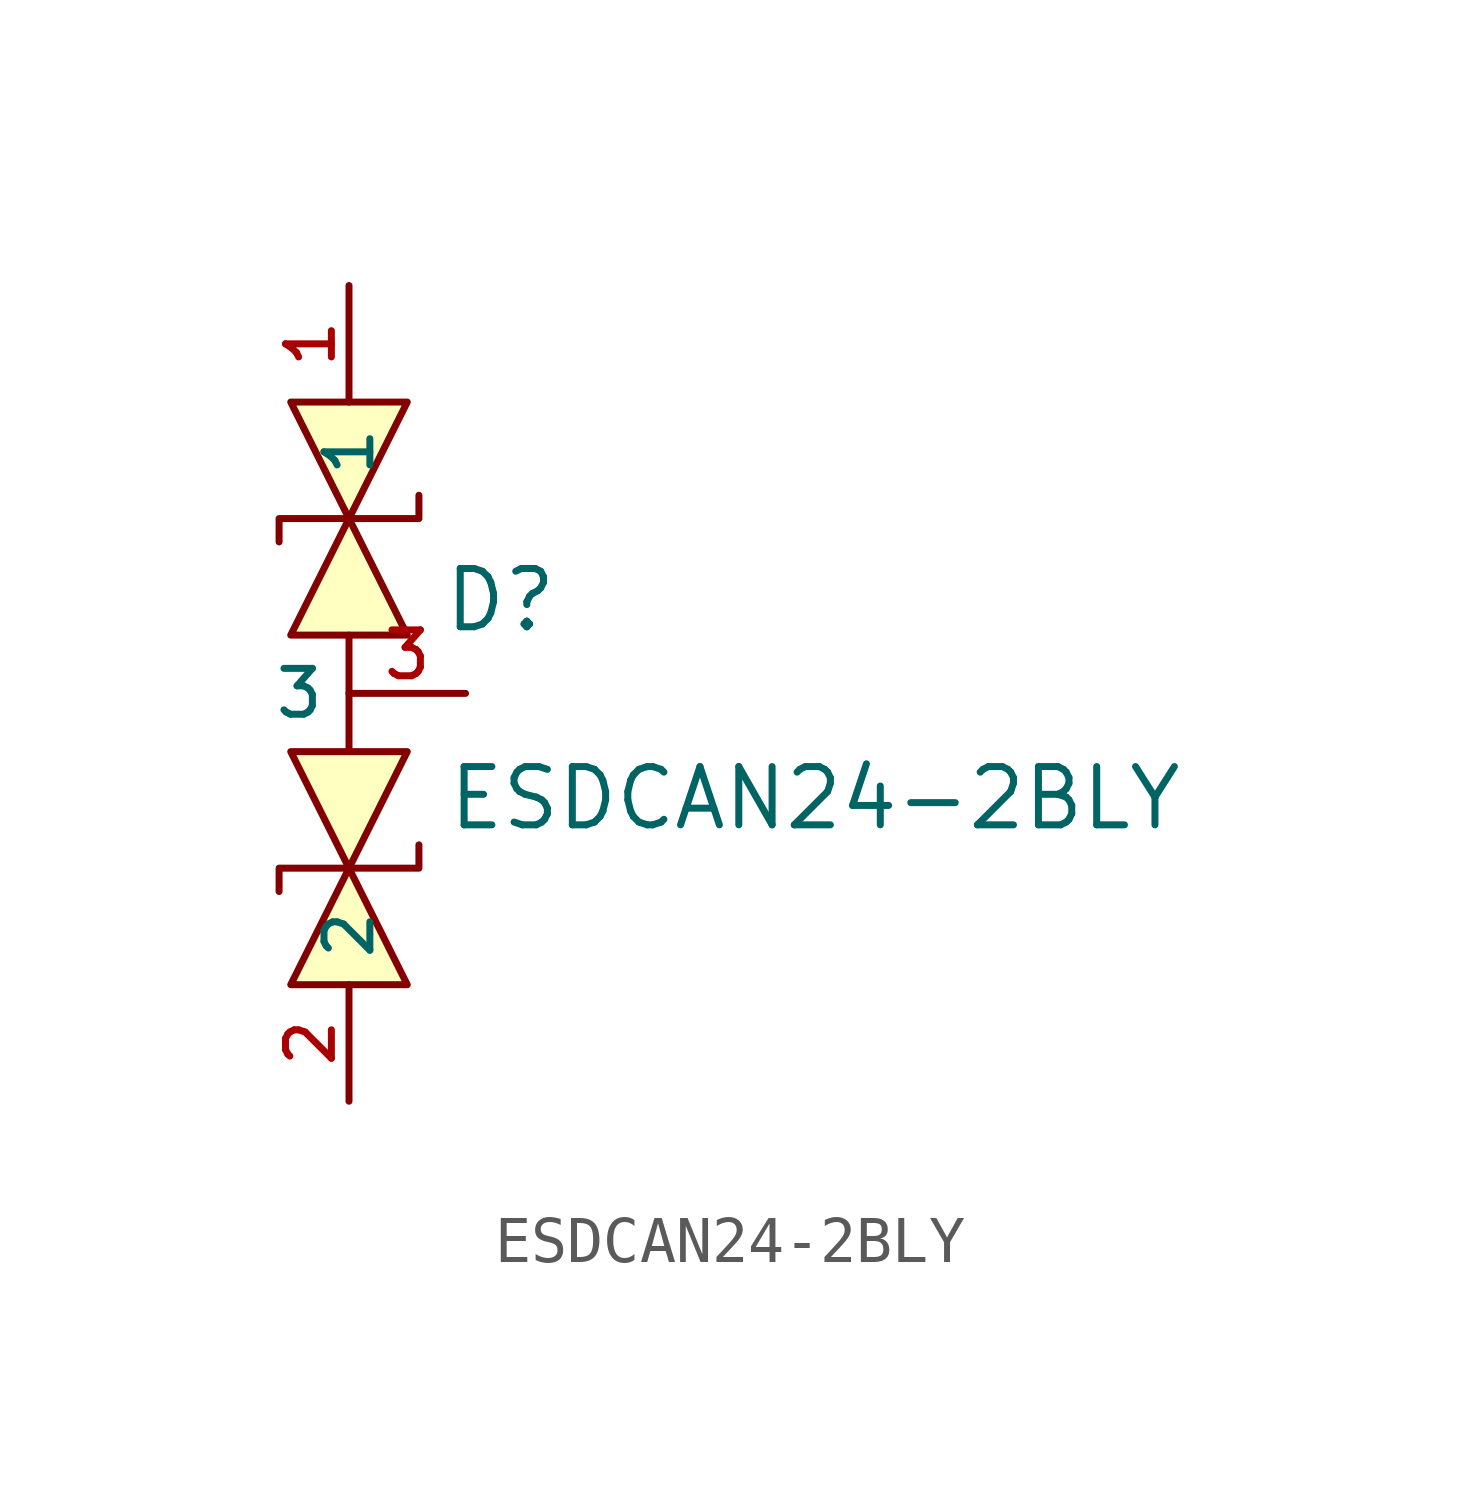
<source format=kicad_sym>
(kicad_symbol_lib
  (version 20231120)
  (generator "kicad_symbol_editor")
  (generator_version "8.0")
  (symbol "ESDCAN24-2BLY"
    (property "Reference" "D"
      (at 3.302 2.032 0)
      (effects (font (size 1.27 1.27))))
    (property "Value" "ESDCAN24-2BLY"
      (at 10.16 -2.286 0)
      (effects (font (size 1.27 1.27))))
    (symbol "ESDCAN24-2BLY_0_1"
      (polyline (pts (xy 0 -1.27) (xy 0 1.27)) (stroke (width 0) (type default)) (fill (type none)))
      (polyline (pts (xy -1.27 -6.35) (xy 0 -3.81) (xy 1.27 -6.35) (xy -1.27 -6.35)) (stroke (width 0) (type default)) (fill (type background)))
      (polyline (pts (xy -1.27 -1.27) (xy 0 -3.81) (xy 1.27 -1.27) (xy -1.27 -1.27)) (stroke (width 0) (type default)) (fill (type background)))
      (polyline (pts (xy 1.27 1.27) (xy 0 3.81) (xy -1.27 1.27) (xy 1.27 1.27)) (stroke (width 0) (type default)) (fill (type background)))
      (polyline (pts (xy 1.27 6.35) (xy 0 3.81) (xy -1.27 6.35) (xy 1.27 6.35)) (stroke (width 0) (type default)) (fill (type background)))
      (polyline (pts (xy -1.524 -4.318) (xy -1.524 -4.318) (xy -1.524 -3.81) (xy 1.524 -3.81) (xy 1.524 -3.302) (xy 1.524 -3.302)) (stroke (width 0) (type default)) (fill (type none)))
      (polyline (pts (xy 1.524 4.318) (xy 1.524 4.318) (xy 1.524 3.81) (xy -1.524 3.81) (xy -1.524 3.302) (xy -1.524 3.302)) (stroke (width 0) (type default)) (fill (type none)))
      (pin unspecified line (at 0 8.89 270) (length 2.54) (name "1" (effects (font (size 1 1)))) (number "1" (effects (font (size 1 1)))))
      (pin unspecified line (at 0 -8.89 90) (length 2.54) (name "2" (effects (font (size 1 1)))) (number "2" (effects (font (size 1 1)))))
      (pin unspecified line (at 2.54 0 180) (length 2.54) (name "3" (effects (font (size 1 1)))) (number "3" (effects (font (size 1 1))))))))
</source>
